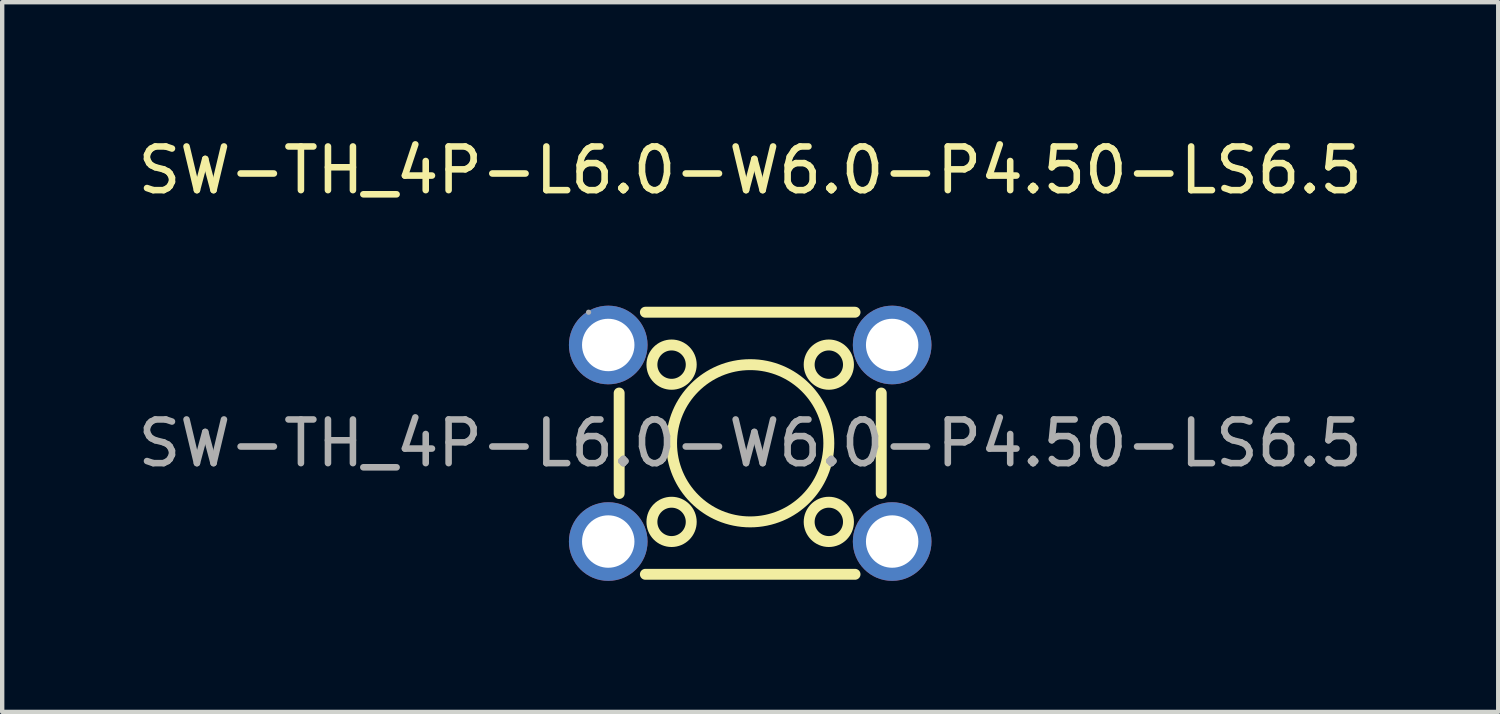
<source format=kicad_pcb>
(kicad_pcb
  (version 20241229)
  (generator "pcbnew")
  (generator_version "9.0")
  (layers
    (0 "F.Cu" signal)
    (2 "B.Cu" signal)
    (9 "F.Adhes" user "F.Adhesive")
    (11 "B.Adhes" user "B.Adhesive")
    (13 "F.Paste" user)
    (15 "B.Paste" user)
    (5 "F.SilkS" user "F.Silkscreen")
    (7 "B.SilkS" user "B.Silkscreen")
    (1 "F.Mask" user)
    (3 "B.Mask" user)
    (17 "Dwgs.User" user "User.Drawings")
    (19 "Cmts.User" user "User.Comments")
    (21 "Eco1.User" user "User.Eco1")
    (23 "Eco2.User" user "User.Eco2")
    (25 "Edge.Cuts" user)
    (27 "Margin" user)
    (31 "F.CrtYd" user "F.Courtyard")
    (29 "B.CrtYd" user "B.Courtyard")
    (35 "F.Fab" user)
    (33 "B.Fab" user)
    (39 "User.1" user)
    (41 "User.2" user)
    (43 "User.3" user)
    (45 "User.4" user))
  (footprint "SW-TH_4P-L6.0-W6.0-P4.50-LS6.5"
    (layer "F.Cu")
    (at 14.125 7.098)
    (property "Reference" "SW-TH_4P-L6.0-W6.0-P4.50-LS6.5" (at 0 -6.25 0) (layer "F.SilkS") (effects (font (size 1 1) (thickness 0.15))))
    (attr through_hole)
    (fp_line (start -3 1.15) (end -3 -1.15) (stroke (width 0.25) (type solid)) (layer "F.SilkS"))
    (fp_line (start -2.4 -3) (end 2.4 -3) (stroke (width 0.25) (type solid)) (layer "F.SilkS"))
    (fp_line (start 2.4 3) (end -2.4 3) (stroke (width 0.25) (type solid)) (layer "F.SilkS"))
    (fp_line (start 3 -1.15) (end 3 1.15) (stroke (width 0.25) (type solid)) (layer "F.SilkS"))
    (fp_circle (center -1.8 -1.8) (end -1.35 -1.8) (stroke (width 0.25) (type solid)) (fill no) (layer "F.SilkS"))
    (fp_circle (center -1.8 1.8) (end -1.35 1.8) (stroke (width 0.25) (type solid)) (fill no) (layer "F.SilkS"))
    (fp_circle (center 0 0) (end 1.8 0) (stroke (width 0.25) (type solid)) (fill no) (layer "F.SilkS"))
    (fp_circle (center 1.8 -1.8) (end 2.25 -1.8) (stroke (width 0.25) (type solid)) (fill no) (layer "F.SilkS"))
    (fp_circle (center 1.8 1.8) (end 2.25 1.8) (stroke (width 0.25) (type solid)) (fill no) (layer "F.SilkS"))
    (fp_circle (center -3.7 -3) (end -3.67 -3) (stroke (width 0.06) (type solid)) (fill no) (layer "F.Fab"))
    (fp_text user "${REFERENCE}" (at 0 0 0) (layer "F.Fab") (effects (font (size 1 1) (thickness 0.15))))
    (pad "1" thru_hole circle (at -3.25 -2.25) (size 1.8 1.8) (drill 1.2) (layers "*.Cu" "*.Mask"))
    (pad "2" thru_hole circle (at 3.25 -2.25) (size 1.8 1.8) (drill 1.2) (layers "*.Cu" "*.Mask"))
    (pad "3" thru_hole circle (at -3.25 2.25) (size 1.8 1.8) (drill 1.2) (layers "*.Cu" "*.Mask"))
    (pad "4" thru_hole circle (at 3.25 2.25) (size 1.8 1.8) (drill 1.2) (layers "*.Cu" "*.Mask")))
  (gr_rect
    (start -3 -3)
    (end 31.25 13.248)
    (stroke (width 0.1) (type default))
    (fill no)
    (layer "Edge.Cuts")))
</source>
